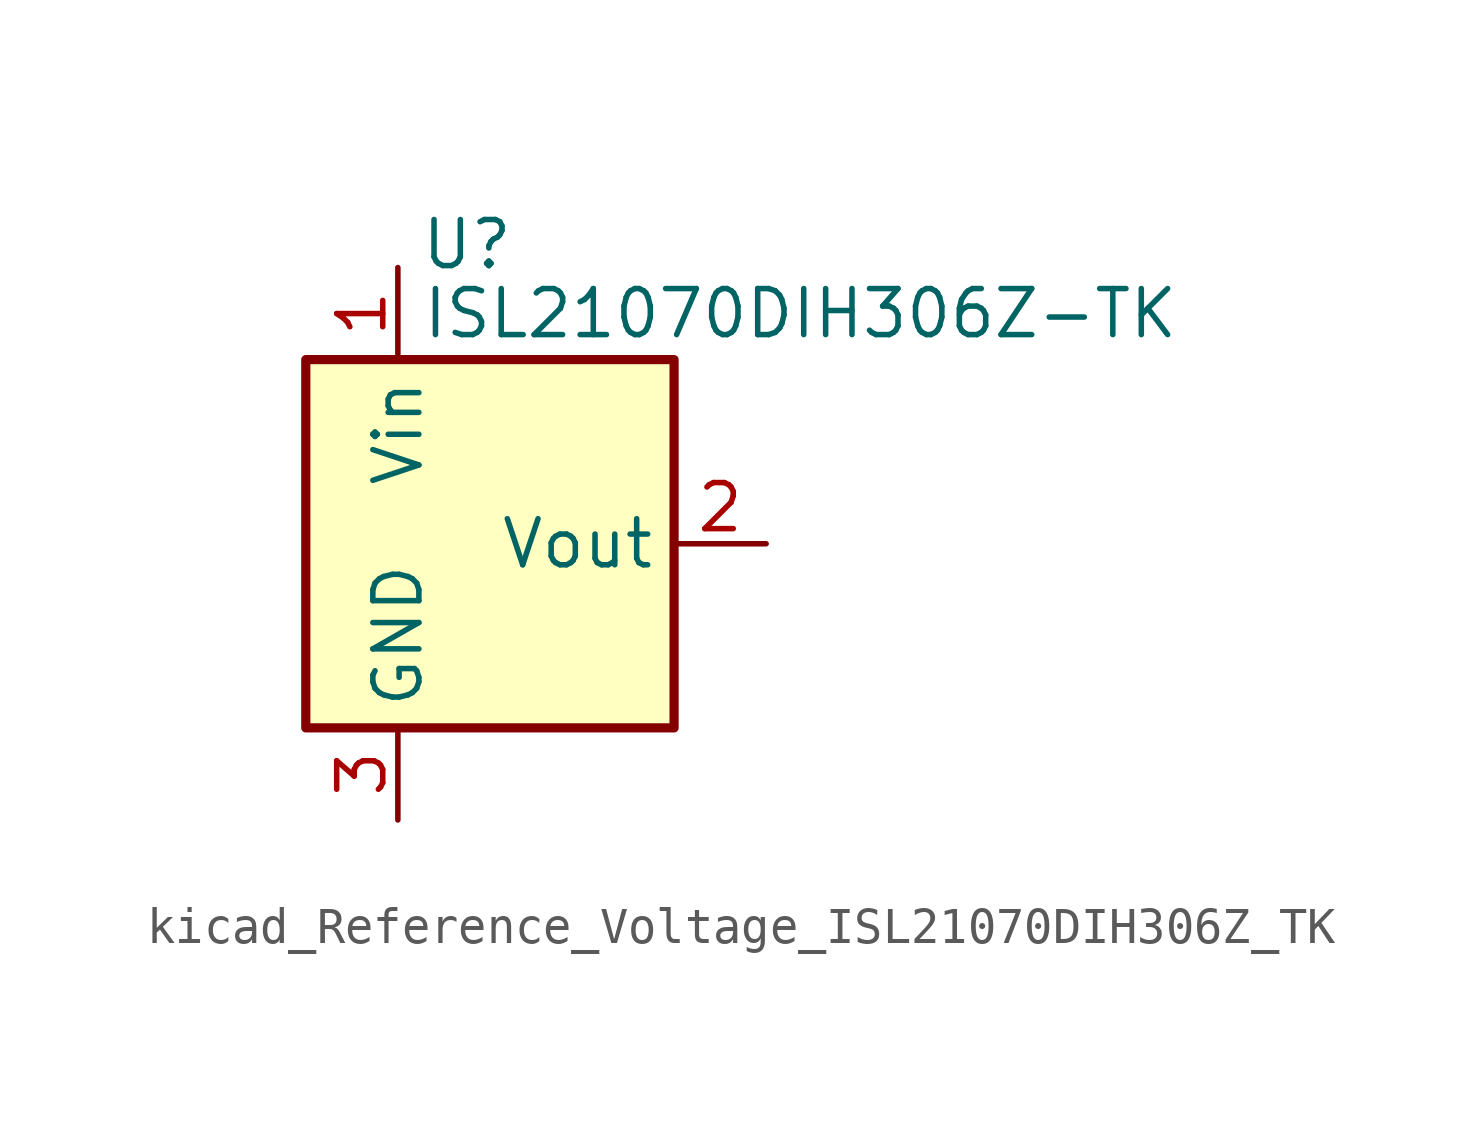
<source format=kicad_sym>
(kicad_symbol_lib
  (version 20220914)
  (generator kicad_symbol_editor)
  (symbol "kicad_Reference_Voltage_ISL21070DIH306Z_TK"
    (property "Reference" "U"
      (at -0.635 8.255 0)
      (effects (font (size 1.27 1.27))))
    (property "Value" "ISL21070DIH306Z-TK"
      (at -1.905 6.35 0)
      (effects (font (size 1.27 1.27)) (justify left)))
    (symbol "kicad_Reference_Voltage_ISL21070DIH306Z_TK_0_1"
      (rectangle (start -5.08 5.08) (end 5.08 -5.08) (stroke (width 0.254) (type default)) (fill (type background))))
    (symbol "kicad_Reference_Voltage_ISL21070DIH306Z_TK_1_1"
      (pin power_in line (at -2.54 7.62 270) (length 2.54) (name "Vin" (effects (font (size 1.27 1.27)))) (number "1" (effects (font (size 1.27 1.27)))))
      (pin power_out line (at 7.62 0 180) (length 2.54) (name "Vout" (effects (font (size 1.27 1.27)))) (number "2" (effects (font (size 1.27 1.27)))))
      (pin power_in line (at -2.54 -7.62 90) (length 2.54) (name "GND" (effects (font (size 1.27 1.27)))) (number "3" (effects (font (size 1.27 1.27))))))))
</source>
